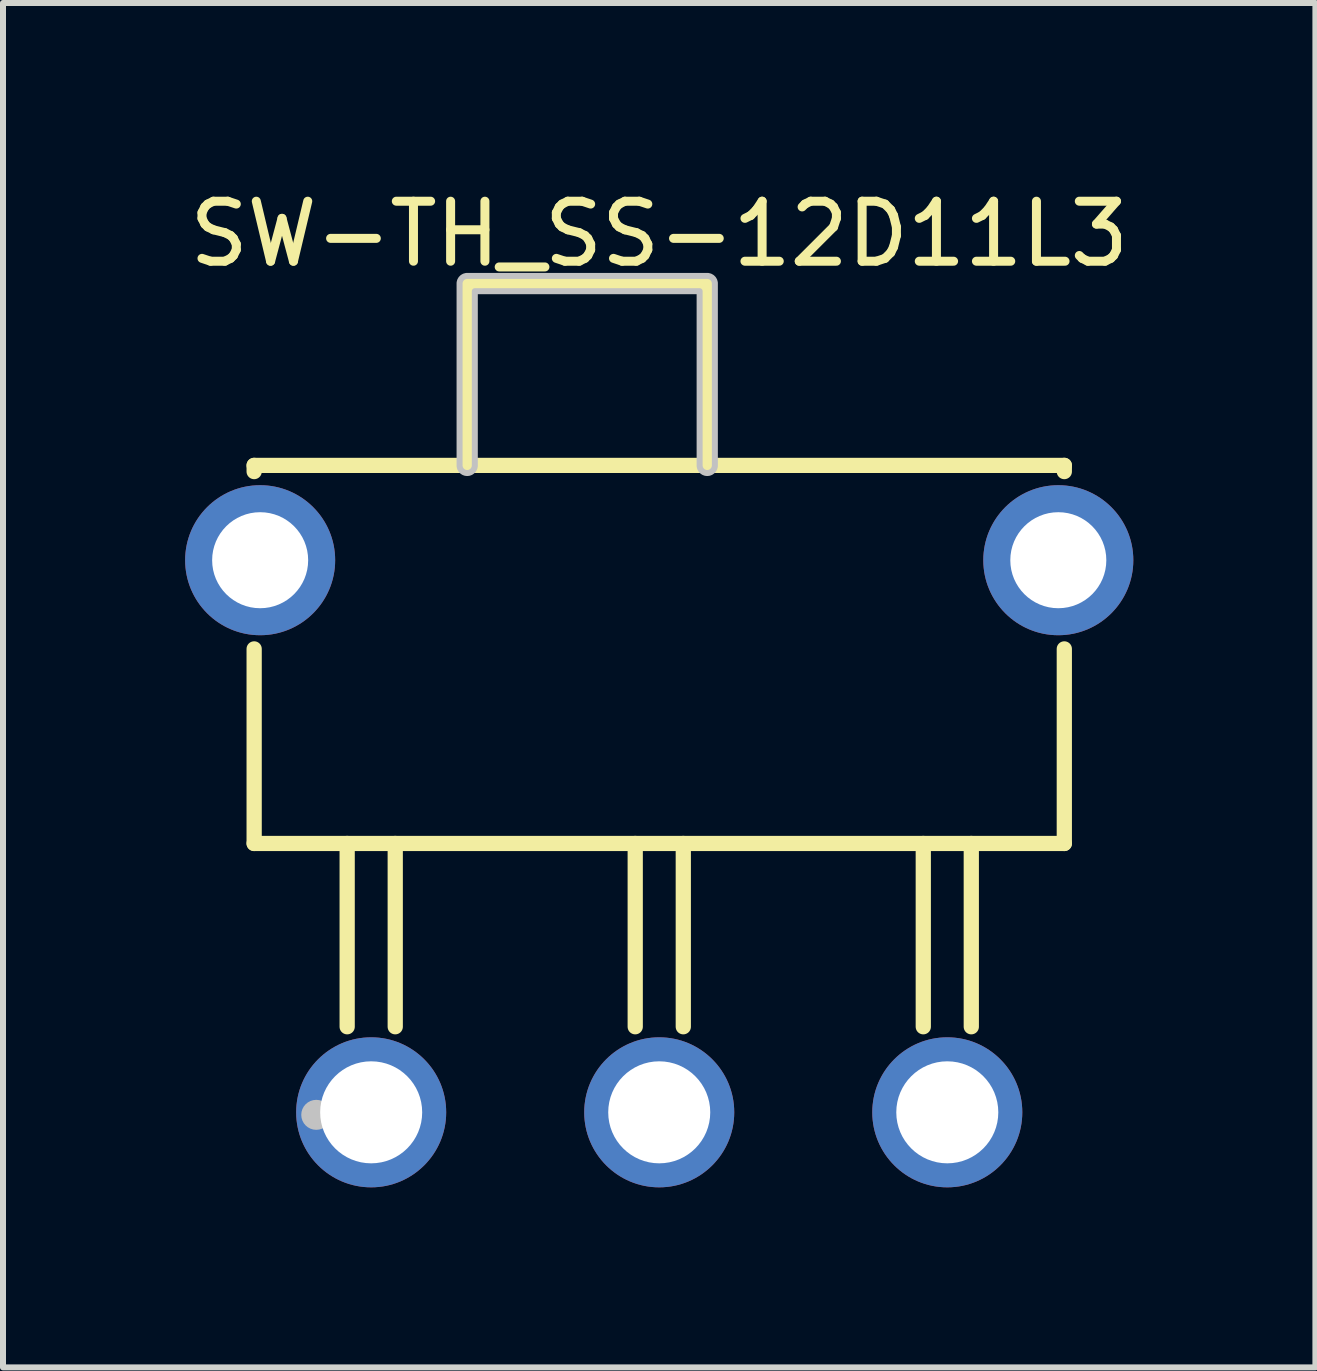
<source format=kicad_pcb>
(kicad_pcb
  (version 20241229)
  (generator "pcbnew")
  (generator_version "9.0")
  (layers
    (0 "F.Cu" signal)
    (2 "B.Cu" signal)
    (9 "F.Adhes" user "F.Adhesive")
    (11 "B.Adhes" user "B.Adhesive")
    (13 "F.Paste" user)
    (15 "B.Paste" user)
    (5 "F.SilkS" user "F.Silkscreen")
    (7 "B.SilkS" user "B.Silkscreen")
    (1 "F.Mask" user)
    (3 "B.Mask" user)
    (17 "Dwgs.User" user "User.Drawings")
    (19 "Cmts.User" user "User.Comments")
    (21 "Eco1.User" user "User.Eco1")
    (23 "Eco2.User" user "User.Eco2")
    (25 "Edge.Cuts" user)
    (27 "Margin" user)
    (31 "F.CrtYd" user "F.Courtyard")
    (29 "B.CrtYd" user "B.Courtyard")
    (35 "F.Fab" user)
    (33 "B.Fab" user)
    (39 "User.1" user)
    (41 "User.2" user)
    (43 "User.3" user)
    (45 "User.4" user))
  (footprint "SW-TH_SS-12D11L3"
    (layer "F.Cu")
    (at 7.935 10.885)
    (property "Reference" "SW-TH_SS-12D11L3" (at 0 -10.037 0) (layer "F.SilkS") (effects (font (size 1 1) (thickness 0.15))))
    (fp_line (start -6.75 -6.18) (end 6.75 -6.18) (stroke (width 0.254) (type default)) (layer "F.SilkS"))
    (fp_line (start -6.75 -6.077) (end -6.75 -6.18) (stroke (width 0.254) (type default)) (layer "F.SilkS"))
    (fp_line (start -6.75 0.12) (end -6.75 -3.122) (stroke (width 0.254) (type default)) (layer "F.SilkS"))
    (fp_line (start -5.2 0.12) (end -5.2 3.174) (stroke (width 0.254) (type default)) (layer "F.SilkS"))
    (fp_line (start -4.399 0.12) (end -4.399 3.174) (stroke (width 0.254) (type default)) (layer "F.SilkS"))
    (fp_line (start -3.2 -9.21) (end 0.8 -9.21) (stroke (width 0.254) (type default)) (layer "F.SilkS"))
    (fp_line (start -3.2 -6.18) (end -3.2 -9.21) (stroke (width 0.254) (type default)) (layer "F.SilkS"))
    (fp_line (start -0.4 0.12) (end -0.4 3.174) (stroke (width 0.254) (type default)) (layer "F.SilkS"))
    (fp_line (start 0.401 0.12) (end 0.401 3.174) (stroke (width 0.254) (type default)) (layer "F.SilkS"))
    (fp_line (start 0.8 -9.21) (end 0.8 -6.18) (stroke (width 0.254) (type default)) (layer "F.SilkS"))
    (fp_line (start 4.4 0.12) (end 4.4 3.174) (stroke (width 0.254) (type default)) (layer "F.SilkS"))
    (fp_line (start 5.2 0.12) (end 5.2 3.174) (stroke (width 0.254) (type default)) (layer "F.SilkS"))
    (fp_line (start 6.75 -6.18) (end 6.75 -6.077) (stroke (width 0.254) (type default)) (layer "F.SilkS"))
    (fp_line (start 6.75 -3.122) (end 6.75 0.12) (stroke (width 0.254) (type default)) (layer "F.SilkS"))
    (fp_line (start 6.75 0.12) (end -6.75 0.12) (stroke (width 0.254) (type default)) (layer "F.SilkS"))
    (fp_circle (center -5.715 4.642) (end -5.59 4.642) (stroke (width 0.25) (type default)) (fill no) (layer "Dwgs.User"))
    (fp_poly (pts (arc (start -3.073 -6.18) (mid -3.2 -6.053) (end -3.327 -6.18)) (arc (start -3.327 -9.21) (mid -3.289803 -9.299803) (end -3.2 -9.337)) (arc (start 0.8 -9.337) (mid 0.889803 -9.299803) (end 0.927 -9.21)) (arc (start 0.927 -6.18) (mid 0.8 -6.053) (end 0.673 -6.18)) (xy 0.673 -9.083) (xy -3.073 -9.083)) (stroke (width 0.1) (type default)) (fill no) (layer "Dwgs.User"))
    (fp_poly (pts (xy -6.75 -3.975) (xy -6.75 -5.225) (xy -6.55 -5.225) (xy -6.55 -3.975)) (stroke (width 0.1) (type default)) (fill no) (layer "User.1"))
    (fp_poly (pts (xy -5.2 3.95) (xy -4.4 3.95) (xy -4.4 5.25) (xy -5.2 5.25)) (stroke (width 0.1) (type default)) (fill no) (layer "User.1"))
    (fp_poly (pts (xy -4.4 5.25) (xy -5.2 5.25) (xy -5.2 0.11) (xy -4.4 0.11)) (stroke (width 0.1) (type default)) (fill no) (layer "User.1"))
    (fp_poly (pts (xy -0.4 3.95) (xy 0.4 3.95) (xy 0.4 5.25) (xy -0.4 5.25)) (stroke (width 0.1) (type default)) (fill no) (layer "User.1"))
    (fp_poly (pts (xy 0.4 5.25) (xy -0.4 5.25) (xy -0.4 0.11) (xy 0.4 0.11)) (stroke (width 0.1) (type default)) (fill no) (layer "User.1"))
    (fp_poly (pts (xy 4.4 3.95) (xy 5.2 3.95) (xy 5.2 5.25) (xy 4.4 5.25)) (stroke (width 0.1) (type default)) (fill no) (layer "User.1"))
    (fp_poly (pts (xy 5.2 5.25) (xy 4.4 5.25) (xy 4.4 0.11) (xy 5.2 0.11)) (stroke (width 0.1) (type default)) (fill no) (layer "User.1"))
    (fp_poly (pts (xy 6.55 -3.975) (xy 6.55 -5.225) (xy 6.75 -5.225) (xy 6.75 -3.975)) (stroke (width 0.1) (type default)) (fill no) (layer "User.1"))
    (fp_line (start -6.75 -6.18) (end -3.2 -6.2) (stroke (width 0.051) (type default)) (layer "User.2"))
    (fp_line (start -6.75 0.12) (end -6.75 -6.18) (stroke (width 0.051) (type default)) (layer "User.2"))
    (fp_line (start -3.2 -9.21) (end 0.8 -9.2) (stroke (width 0.051) (type default)) (layer "User.2"))
    (fp_line (start -3.2 -6.2) (end -3.2 -9.21) (stroke (width 0.051) (type default)) (layer "User.2"))
    (fp_line (start 0.8 -9.2) (end 0.8 -6.2) (stroke (width 0.051) (type default)) (layer "User.2"))
    (fp_line (start 0.8 -6.2) (end 6.75 -6.18) (stroke (width 0.051) (type default)) (layer "User.2"))
    (fp_line (start 6.75 -6.18) (end 6.75 0.12) (stroke (width 0.051) (type default)) (layer "User.2"))
    (fp_line (start 6.75 0.12) (end -6.75 0.12) (stroke (width 0.051) (type default)) (layer "User.2"))
    (fp_poly (pts (xy -6.695 5.227) (xy -6.727 5.195) (xy -6.773 5.195) (xy -6.805 5.227) (xy -6.805 5.273) (xy -6.773 5.305) (xy -6.727 5.305) (xy -6.695 5.273)) (stroke (width 0.1) (type default)) (fill no) (layer "User.3"))
    (pad "1" thru_hole circle (at -4.8 4.6) (size 2.5 2.5) (drill 1.7) (layers "*.Cu" "*.Mask"))
    (pad "2" thru_hole circle (at 0 4.6) (size 2.5 2.5) (drill 1.7) (layers "*.Cu" "*.Mask"))
    (pad "3" thru_hole circle (at 4.8 4.6) (size 2.5 2.5) (drill 1.7) (layers "*.Cu" "*.Mask"))
    (pad "4" thru_hole circle (at -6.65 -4.6) (size 2.5 2.5) (drill 1.6) (layers "*.Cu" "*.Mask"))
    (pad "5" thru_hole circle (at 6.65 -4.6) (size 2.5 2.5) (drill 1.6) (layers "*.Cu" "*.Mask")))
  (gr_rect
    (start -3 -3)
    (end 18.869 19.735)
    (stroke (width 0.1) (type default))
    (fill no)
    (layer "Edge.Cuts")))
</source>
